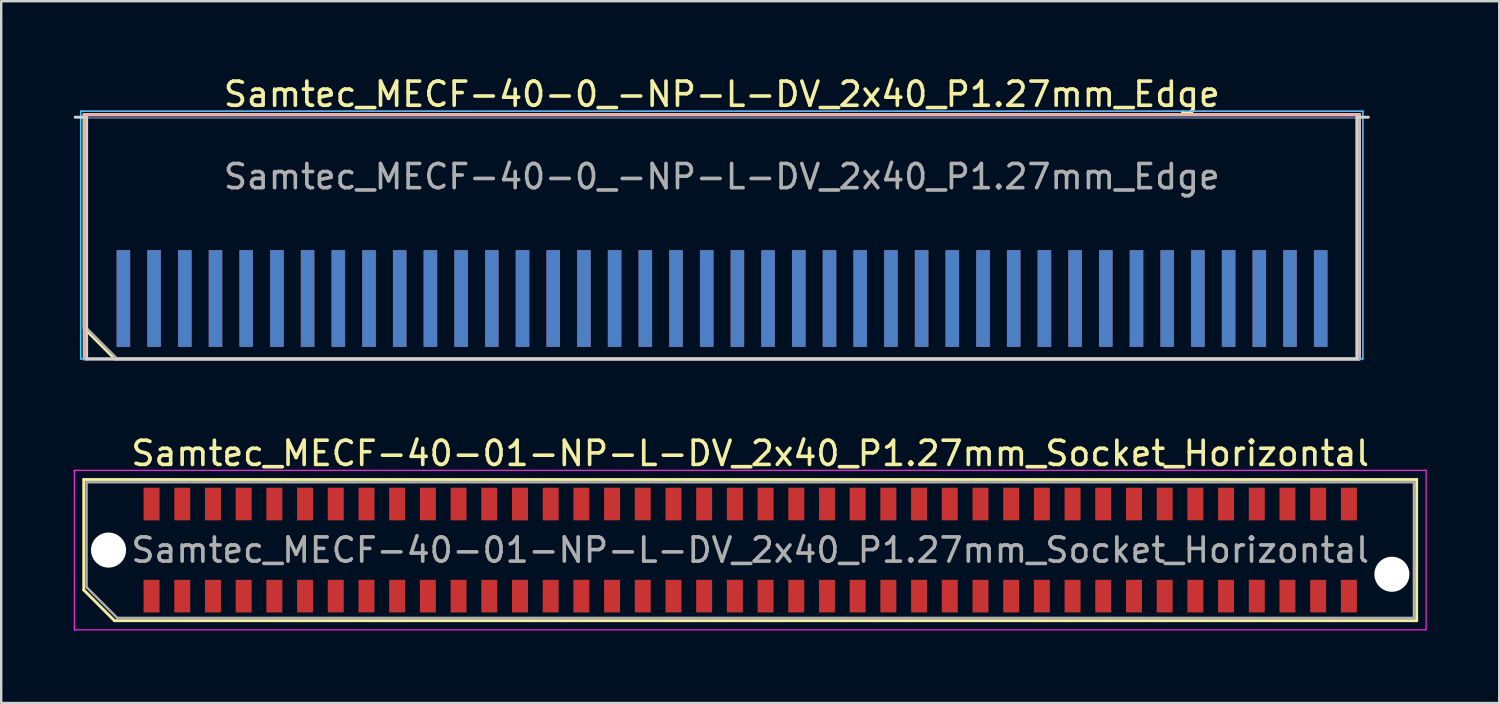
<source format=kicad_pcb>
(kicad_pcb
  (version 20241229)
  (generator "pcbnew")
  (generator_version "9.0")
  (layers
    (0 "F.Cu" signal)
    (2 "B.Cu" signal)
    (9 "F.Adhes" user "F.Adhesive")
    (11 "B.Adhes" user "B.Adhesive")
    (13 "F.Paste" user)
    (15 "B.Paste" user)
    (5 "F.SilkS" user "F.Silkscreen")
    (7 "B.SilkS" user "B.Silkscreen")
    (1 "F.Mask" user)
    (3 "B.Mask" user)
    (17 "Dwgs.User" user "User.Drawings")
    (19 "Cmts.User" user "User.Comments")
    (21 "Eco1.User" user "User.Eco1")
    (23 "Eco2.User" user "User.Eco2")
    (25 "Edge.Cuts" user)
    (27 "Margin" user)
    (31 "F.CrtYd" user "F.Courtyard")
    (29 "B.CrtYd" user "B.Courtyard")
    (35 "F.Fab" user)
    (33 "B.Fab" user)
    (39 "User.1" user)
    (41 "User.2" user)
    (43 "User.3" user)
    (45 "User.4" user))
  (footprint "Samtec_MECF-40-0_-NP-L-DV_2x40_P1.27mm_Edge"
    (layer "F.Cu")
    (at 26.81 6.798)
    (property "Reference" "Samtec_MECF-40-0_-NP-L-DV_2x40_P1.27mm_Edge" (at 0 -5.95 0) (layer "F.SilkS") (effects (font (size 1 1) (thickness 0.15))))
    (attr exclude_from_pos_files exclude_from_bom)
    (fp_line (start -26.38 -5.11) (end 26.38 -5.11) (stroke (width 0.12) (type solid)) (layer "F.SilkS"))
    (fp_line (start -26.38 3.73) (end -26.38 -5.11) (stroke (width 0.12) (type solid)) (layer "F.SilkS"))
    (fp_line (start -25.11 5) (end -26.38 3.73) (stroke (width 0.12) (type solid)) (layer "F.SilkS"))
    (fp_line (start -25.11 5) (end 26.38 5) (stroke (width 0.12) (type solid)) (layer "F.SilkS"))
    (fp_line (start 26.38 5) (end 26.38 -5.11) (stroke (width 0.12) (type solid)) (layer "F.SilkS"))
    (fp_line (start -26.38 -5.11) (end 26.38 -5.11) (stroke (width 0.12) (type solid)) (layer "B.SilkS"))
    (fp_line (start -26.38 5) (end -26.38 -5.11) (stroke (width 0.12) (type solid)) (layer "B.SilkS"))
    (fp_line (start -26.38 5) (end 26.38 5) (stroke (width 0.12) (type solid)) (layer "B.SilkS"))
    (fp_line (start 26.38 5) (end 26.38 -5.11) (stroke (width 0.12) (type solid)) (layer "B.SilkS"))
    (fp_line (start -26.75 -5) (end -26.275 -5) (stroke (width 0.12) (type solid)) (layer "Edge.Cuts"))
    (fp_line (start -26.275 5) (end -26.275 -5) (stroke (width 0.12) (type solid)) (layer "Edge.Cuts"))
    (fp_line (start -26.275 5) (end 26.275 5) (stroke (width 0.12) (type solid)) (layer "Edge.Cuts"))
    (fp_line (start 26.275 5) (end 26.275 -5) (stroke (width 0.12) (type solid)) (layer "Edge.Cuts"))
    (fp_line (start 26.75 -5) (end 26.275 -5) (stroke (width 0.12) (type solid)) (layer "Edge.Cuts"))
    (fp_line (start -26.52 -5.25) (end -26.52 5) (stroke (width 0.05) (type solid)) (layer "B.CrtYd"))
    (fp_line (start -26.52 5) (end 26.52 5) (stroke (width 0.05) (type solid)) (layer "B.CrtYd"))
    (fp_line (start 26.52 -5.25) (end -26.52 -5.25) (stroke (width 0.05) (type solid)) (layer "B.CrtYd"))
    (fp_line (start 26.52 5) (end 26.52 -5.25) (stroke (width 0.05) (type solid)) (layer "B.CrtYd"))
    (fp_line (start -26.52 -5.25) (end -26.52 5) (stroke (width 0.05) (type solid)) (layer "F.CrtYd"))
    (fp_line (start -26.52 5) (end 26.52 5) (stroke (width 0.05) (type solid)) (layer "F.CrtYd"))
    (fp_line (start 26.52 -5.25) (end -26.52 -5.25) (stroke (width 0.05) (type solid)) (layer "F.CrtYd"))
    (fp_line (start 26.52 5) (end 26.52 -5.25) (stroke (width 0.05) (type solid)) (layer "F.CrtYd"))
    (fp_line (start -26.275 -5) (end 26.275 -5) (stroke (width 0.1) (type solid)) (layer "B.Fab"))
    (fp_line (start -26.275 5) (end -26.275 -5) (stroke (width 0.1) (type solid)) (layer "B.Fab"))
    (fp_line (start -26.275 5) (end 26.275 5) (stroke (width 0.1) (type solid)) (layer "B.Fab"))
    (fp_line (start 26.275 5) (end 26.275 -5) (stroke (width 0.1) (type solid)) (layer "B.Fab"))
    (fp_line (start -26.275 -5) (end 26.275 -5) (stroke (width 0.1) (type solid)) (layer "F.Fab"))
    (fp_line (start -26.275 3.73) (end -26.275 -5) (stroke (width 0.1) (type solid)) (layer "F.Fab"))
    (fp_line (start -26.275 3.73) (end -25.005 5) (stroke (width 0.1) (type solid)) (layer "F.Fab"))
    (fp_line (start -25.005 5) (end 26.275 5) (stroke (width 0.1) (type solid)) (layer "F.Fab"))
    (fp_line (start 26.275 5) (end 26.275 -5) (stroke (width 0.1) (type solid)) (layer "F.Fab"))
    (fp_text user "${REFERENCE}" (at 0 -2.54 0) (layer "F.Fab") (effects (font (size 1 1) (thickness 0.15))))
    (pad "1" connect rect (at -24.755 2.5) (size 0.56 4) (layers "F.Cu" "F.Mask"))
    (pad "2" connect rect (at -24.755 2.5) (size 0.56 4) (layers "B.Cu" "B.Mask"))
    (pad "3" connect rect (at -23.485 2.5) (size 0.56 4) (layers "F.Cu" "F.Mask"))
    (pad "4" connect rect (at -23.485 2.5) (size 0.56 4) (layers "B.Cu" "B.Mask"))
    (pad "5" connect rect (at -22.215 2.5) (size 0.56 4) (layers "F.Cu" "F.Mask"))
    (pad "6" connect rect (at -22.215 2.5) (size 0.56 4) (layers "B.Cu" "B.Mask"))
    (pad "7" connect rect (at -20.945 2.5) (size 0.56 4) (layers "F.Cu" "F.Mask"))
    (pad "8" connect rect (at -20.945 2.5) (size 0.56 4) (layers "B.Cu" "B.Mask"))
    (pad "9" connect rect (at -19.675 2.5) (size 0.56 4) (layers "F.Cu" "F.Mask"))
    (pad "10" connect rect (at -19.675 2.5) (size 0.56 4) (layers "B.Cu" "B.Mask"))
    (pad "11" connect rect (at -18.405 2.5) (size 0.56 4) (layers "F.Cu" "F.Mask"))
    (pad "12" connect rect (at -18.405 2.5) (size 0.56 4) (layers "B.Cu" "B.Mask"))
    (pad "13" connect rect (at -17.135 2.5) (size 0.56 4) (layers "F.Cu" "F.Mask"))
    (pad "14" connect rect (at -17.135 2.5) (size 0.56 4) (layers "B.Cu" "B.Mask"))
    (pad "15" connect rect (at -15.865 2.5) (size 0.56 4) (layers "F.Cu" "F.Mask"))
    (pad "16" connect rect (at -15.865 2.5) (size 0.56 4) (layers "B.Cu" "B.Mask"))
    (pad "17" connect rect (at -14.595 2.5) (size 0.56 4) (layers "F.Cu" "F.Mask"))
    (pad "18" connect rect (at -14.595 2.5) (size 0.56 4) (layers "B.Cu" "B.Mask"))
    (pad "19" connect rect (at -13.325 2.5) (size 0.56 4) (layers "F.Cu" "F.Mask"))
    (pad "20" connect rect (at -13.325 2.5) (size 0.56 4) (layers "B.Cu" "B.Mask"))
    (pad "21" connect rect (at -12.055 2.5) (size 0.56 4) (layers "F.Cu" "F.Mask"))
    (pad "22" connect rect (at -12.055 2.5) (size 0.56 4) (layers "B.Cu" "B.Mask"))
    (pad "23" connect rect (at -10.785 2.5) (size 0.56 4) (layers "F.Cu" "F.Mask"))
    (pad "24" connect rect (at -10.785 2.5) (size 0.56 4) (layers "B.Cu" "B.Mask"))
    (pad "25" connect rect (at -9.515 2.5) (size 0.56 4) (layers "F.Cu" "F.Mask"))
    (pad "26" connect rect (at -9.515 2.5) (size 0.56 4) (layers "B.Cu" "B.Mask"))
    (pad "27" connect rect (at -8.245 2.5) (size 0.56 4) (layers "F.Cu" "F.Mask"))
    (pad "28" connect rect (at -8.245 2.5) (size 0.56 4) (layers "B.Cu" "B.Mask"))
    (pad "29" connect rect (at -6.975 2.5) (size 0.56 4) (layers "F.Cu" "F.Mask"))
    (pad "30" connect rect (at -6.975 2.5) (size 0.56 4) (layers "B.Cu" "B.Mask"))
    (pad "31" connect rect (at -5.705 2.5) (size 0.56 4) (layers "F.Cu" "F.Mask"))
    (pad "32" connect rect (at -5.705 2.5) (size 0.56 4) (layers "B.Cu" "B.Mask"))
    (pad "33" connect rect (at -4.435 2.5) (size 0.56 4) (layers "F.Cu" "F.Mask"))
    (pad "34" connect rect (at -4.435 2.5) (size 0.56 4) (layers "B.Cu" "B.Mask"))
    (pad "35" connect rect (at -3.165 2.5) (size 0.56 4) (layers "F.Cu" "F.Mask"))
    (pad "36" connect rect (at -3.165 2.5) (size 0.56 4) (layers "B.Cu" "B.Mask"))
    (pad "37" connect rect (at -1.895 2.5) (size 0.56 4) (layers "F.Cu" "F.Mask"))
    (pad "38" connect rect (at -1.895 2.5) (size 0.56 4) (layers "B.Cu" "B.Mask"))
    (pad "39" connect rect (at -0.625 2.5) (size 0.56 4) (layers "F.Cu" "F.Mask"))
    (pad "40" connect rect (at -0.625 2.5) (size 0.56 4) (layers "B.Cu" "B.Mask"))
    (pad "41" connect rect (at 0.645 2.5) (size 0.56 4) (layers "F.Cu" "F.Mask"))
    (pad "42" connect rect (at 0.645 2.5) (size 0.56 4) (layers "B.Cu" "B.Mask"))
    (pad "43" connect rect (at 1.915 2.5) (size 0.56 4) (layers "F.Cu" "F.Mask"))
    (pad "44" connect rect (at 1.915 2.5) (size 0.56 4) (layers "B.Cu" "B.Mask"))
    (pad "45" connect rect (at 3.185 2.5) (size 0.56 4) (layers "F.Cu" "F.Mask"))
    (pad "46" connect rect (at 3.185 2.5) (size 0.56 4) (layers "B.Cu" "B.Mask"))
    (pad "47" connect rect (at 4.455 2.5) (size 0.56 4) (layers "F.Cu" "F.Mask"))
    (pad "48" connect rect (at 4.455 2.5) (size 0.56 4) (layers "B.Cu" "B.Mask"))
    (pad "49" connect rect (at 5.725 2.5) (size 0.56 4) (layers "F.Cu" "F.Mask"))
    (pad "50" connect rect (at 5.725 2.5) (size 0.56 4) (layers "B.Cu" "B.Mask"))
    (pad "51" connect rect (at 6.995 2.5) (size 0.56 4) (layers "F.Cu" "F.Mask"))
    (pad "52" connect rect (at 6.995 2.5) (size 0.56 4) (layers "B.Cu" "B.Mask"))
    (pad "53" connect rect (at 8.265 2.5) (size 0.56 4) (layers "F.Cu" "F.Mask"))
    (pad "54" connect rect (at 8.265 2.5) (size 0.56 4) (layers "B.Cu" "B.Mask"))
    (pad "55" connect rect (at 9.535 2.5) (size 0.56 4) (layers "F.Cu" "F.Mask"))
    (pad "56" connect rect (at 9.535 2.5) (size 0.56 4) (layers "B.Cu" "B.Mask"))
    (pad "57" connect rect (at 10.805 2.5) (size 0.56 4) (layers "F.Cu" "F.Mask"))
    (pad "58" connect rect (at 10.805 2.5) (size 0.56 4) (layers "B.Cu" "B.Mask"))
    (pad "59" connect rect (at 12.075 2.5) (size 0.56 4) (layers "F.Cu" "F.Mask"))
    (pad "60" connect rect (at 12.075 2.5) (size 0.56 4) (layers "B.Cu" "B.Mask"))
    (pad "61" connect rect (at 13.345 2.5) (size 0.56 4) (layers "F.Cu" "F.Mask"))
    (pad "62" connect rect (at 13.345 2.5) (size 0.56 4) (layers "B.Cu" "B.Mask"))
    (pad "63" connect rect (at 14.615 2.5) (size 0.56 4) (layers "F.Cu" "F.Mask"))
    (pad "64" connect rect (at 14.615 2.5) (size 0.56 4) (layers "B.Cu" "B.Mask"))
    (pad "65" connect rect (at 15.885 2.5) (size 0.56 4) (layers "F.Cu" "F.Mask"))
    (pad "66" connect rect (at 15.885 2.5) (size 0.56 4) (layers "B.Cu" "B.Mask"))
    (pad "67" connect rect (at 17.155 2.5) (size 0.56 4) (layers "F.Cu" "F.Mask"))
    (pad "68" connect rect (at 17.155 2.5) (size 0.56 4) (layers "B.Cu" "B.Mask"))
    (pad "69" connect rect (at 18.425 2.5) (size 0.56 4) (layers "F.Cu" "F.Mask"))
    (pad "70" connect rect (at 18.425 2.5) (size 0.56 4) (layers "B.Cu" "B.Mask"))
    (pad "71" connect rect (at 19.695 2.5) (size 0.56 4) (layers "F.Cu" "F.Mask"))
    (pad "72" connect rect (at 19.695 2.5) (size 0.56 4) (layers "B.Cu" "B.Mask"))
    (pad "73" connect rect (at 20.965 2.5) (size 0.56 4) (layers "F.Cu" "F.Mask"))
    (pad "74" connect rect (at 20.965 2.5) (size 0.56 4) (layers "B.Cu" "B.Mask"))
    (pad "75" connect rect (at 22.235 2.5) (size 0.56 4) (layers "F.Cu" "F.Mask"))
    (pad "76" connect rect (at 22.235 2.5) (size 0.56 4) (layers "B.Cu" "B.Mask"))
    (pad "77" connect rect (at 23.505 2.5) (size 0.56 4) (layers "F.Cu" "F.Mask"))
    (pad "78" connect rect (at 23.505 2.5) (size 0.56 4) (layers "B.Cu" "B.Mask"))
    (pad "79" connect rect (at 24.775 2.5) (size 0.56 4) (layers "F.Cu" "F.Mask"))
    (pad "80" connect rect (at 24.775 2.5) (size 0.56 4) (layers "B.Cu" "B.Mask")))
  (footprint "Samtec_MECF-40-01-NP-L-DV_2x40_P1.27mm_Socket_Horizontal"
    (layer "F.Cu")
    (at 27.985 19.706)
    (property "Reference" "Samtec_MECF-40-01-NP-L-DV_2x40_P1.27mm_Socket_Horizontal" (at 0 -4 0) (layer "F.SilkS") (effects (font (size 1 1) (thickness 0.15))))
    (attr smd)
    (fp_line (start -27.57 -2.92) (end 27.57 -2.92) (stroke (width 0.12) (type solid)) (layer "F.SilkS"))
    (fp_line (start -27.57 1.65) (end -27.57 -2.92) (stroke (width 0.12) (type solid)) (layer "F.SilkS"))
    (fp_line (start -26.3 2.92) (end -27.57 1.65) (stroke (width 0.12) (type solid)) (layer "F.SilkS"))
    (fp_line (start -26.3 2.92) (end 27.57 2.92) (stroke (width 0.12) (type solid)) (layer "F.SilkS"))
    (fp_line (start 27.57 2.92) (end 27.57 -2.92) (stroke (width 0.12) (type solid)) (layer "F.SilkS"))
    (fp_line (start -27.96 -3.3) (end -27.96 3.3) (stroke (width 0.05) (type solid)) (layer "F.CrtYd"))
    (fp_line (start -27.96 3.3) (end 27.96 3.3) (stroke (width 0.05) (type solid)) (layer "F.CrtYd"))
    (fp_line (start 27.96 -3.3) (end -27.96 -3.3) (stroke (width 0.05) (type solid)) (layer "F.CrtYd"))
    (fp_line (start 27.96 3.3) (end 27.96 -3.3) (stroke (width 0.05) (type solid)) (layer "F.CrtYd"))
    (fp_line (start -27.455 -2.805) (end 27.455 -2.805) (stroke (width 0.1) (type solid)) (layer "F.Fab"))
    (fp_line (start -27.455 1.535) (end -27.455 -2.805) (stroke (width 0.1) (type solid)) (layer "F.Fab"))
    (fp_line (start -27.455 1.535) (end -26.185 2.805) (stroke (width 0.1) (type solid)) (layer "F.Fab"))
    (fp_line (start -26.185 2.805) (end 27.455 2.805) (stroke (width 0.1) (type solid)) (layer "F.Fab"))
    (fp_line (start 27.455 2.805) (end 27.455 -2.805) (stroke (width 0.1) (type solid)) (layer "F.Fab"))
    (fp_text user "${REFERENCE}" (at 0 0 0) (layer "F.Fab") (effects (font (size 1 1) (thickness 0.15))))
    (pad "" np_thru_hole circle (at -26.545 0) (size 1.45 1.45) (drill 1.45) (layers "*.Cu" "*.Mask"))
    (pad "" np_thru_hole circle (at 26.545 1) (size 1.45 1.45) (drill 1.45) (layers "*.Cu" "*.Mask"))
    (pad "1" smd rect (at -24.765 1.905) (size 0.66 1.35) (layers "F.Cu" "F.Mask" "F.Paste"))
    (pad "2" smd rect (at -24.765 -1.905) (size 0.66 1.35) (layers "F.Cu" "F.Mask" "F.Paste"))
    (pad "3" smd rect (at -23.495 1.905) (size 0.66 1.35) (layers "F.Cu" "F.Mask" "F.Paste"))
    (pad "4" smd rect (at -23.495 -1.905) (size 0.66 1.35) (layers "F.Cu" "F.Mask" "F.Paste"))
    (pad "5" smd rect (at -22.225 1.905) (size 0.66 1.35) (layers "F.Cu" "F.Mask" "F.Paste"))
    (pad "6" smd rect (at -22.225 -1.905) (size 0.66 1.35) (layers "F.Cu" "F.Mask" "F.Paste"))
    (pad "7" smd rect (at -20.955 1.905) (size 0.66 1.35) (layers "F.Cu" "F.Mask" "F.Paste"))
    (pad "8" smd rect (at -20.955 -1.905) (size 0.66 1.35) (layers "F.Cu" "F.Mask" "F.Paste"))
    (pad "9" smd rect (at -19.685 1.905) (size 0.66 1.35) (layers "F.Cu" "F.Mask" "F.Paste"))
    (pad "10" smd rect (at -19.685 -1.905) (size 0.66 1.35) (layers "F.Cu" "F.Mask" "F.Paste"))
    (pad "11" smd rect (at -18.415 1.905) (size 0.66 1.35) (layers "F.Cu" "F.Mask" "F.Paste"))
    (pad "12" smd rect (at -18.415 -1.905) (size 0.66 1.35) (layers "F.Cu" "F.Mask" "F.Paste"))
    (pad "13" smd rect (at -17.145 1.905) (size 0.66 1.35) (layers "F.Cu" "F.Mask" "F.Paste"))
    (pad "14" smd rect (at -17.145 -1.905) (size 0.66 1.35) (layers "F.Cu" "F.Mask" "F.Paste"))
    (pad "15" smd rect (at -15.875 1.905) (size 0.66 1.35) (layers "F.Cu" "F.Mask" "F.Paste"))
    (pad "16" smd rect (at -15.875 -1.905) (size 0.66 1.35) (layers "F.Cu" "F.Mask" "F.Paste"))
    (pad "17" smd rect (at -14.605 1.905) (size 0.66 1.35) (layers "F.Cu" "F.Mask" "F.Paste"))
    (pad "18" smd rect (at -14.605 -1.905) (size 0.66 1.35) (layers "F.Cu" "F.Mask" "F.Paste"))
    (pad "19" smd rect (at -13.335 1.905) (size 0.66 1.35) (layers "F.Cu" "F.Mask" "F.Paste"))
    (pad "20" smd rect (at -13.335 -1.905) (size 0.66 1.35) (layers "F.Cu" "F.Mask" "F.Paste"))
    (pad "21" smd rect (at -12.065 1.905) (size 0.66 1.35) (layers "F.Cu" "F.Mask" "F.Paste"))
    (pad "22" smd rect (at -12.065 -1.905) (size 0.66 1.35) (layers "F.Cu" "F.Mask" "F.Paste"))
    (pad "23" smd rect (at -10.795 1.905) (size 0.66 1.35) (layers "F.Cu" "F.Mask" "F.Paste"))
    (pad "24" smd rect (at -10.795 -1.905) (size 0.66 1.35) (layers "F.Cu" "F.Mask" "F.Paste"))
    (pad "25" smd rect (at -9.525 1.905) (size 0.66 1.35) (layers "F.Cu" "F.Mask" "F.Paste"))
    (pad "26" smd rect (at -9.525 -1.905) (size 0.66 1.35) (layers "F.Cu" "F.Mask" "F.Paste"))
    (pad "27" smd rect (at -8.255 1.905) (size 0.66 1.35) (layers "F.Cu" "F.Mask" "F.Paste"))
    (pad "28" smd rect (at -8.255 -1.905) (size 0.66 1.35) (layers "F.Cu" "F.Mask" "F.Paste"))
    (pad "29" smd rect (at -6.985 1.905) (size 0.66 1.35) (layers "F.Cu" "F.Mask" "F.Paste"))
    (pad "30" smd rect (at -6.985 -1.905) (size 0.66 1.35) (layers "F.Cu" "F.Mask" "F.Paste"))
    (pad "31" smd rect (at -5.715 1.905) (size 0.66 1.35) (layers "F.Cu" "F.Mask" "F.Paste"))
    (pad "32" smd rect (at -5.715 -1.905) (size 0.66 1.35) (layers "F.Cu" "F.Mask" "F.Paste"))
    (pad "33" smd rect (at -4.445 1.905) (size 0.66 1.35) (layers "F.Cu" "F.Mask" "F.Paste"))
    (pad "34" smd rect (at -4.445 -1.905) (size 0.66 1.35) (layers "F.Cu" "F.Mask" "F.Paste"))
    (pad "35" smd rect (at -3.175 1.905) (size 0.66 1.35) (layers "F.Cu" "F.Mask" "F.Paste"))
    (pad "36" smd rect (at -3.175 -1.905) (size 0.66 1.35) (layers "F.Cu" "F.Mask" "F.Paste"))
    (pad "37" smd rect (at -1.905 1.905) (size 0.66 1.35) (layers "F.Cu" "F.Mask" "F.Paste"))
    (pad "38" smd rect (at -1.905 -1.905) (size 0.66 1.35) (layers "F.Cu" "F.Mask" "F.Paste"))
    (pad "39" smd rect (at -0.635 1.905) (size 0.66 1.35) (layers "F.Cu" "F.Mask" "F.Paste"))
    (pad "40" smd rect (at -0.635 -1.905) (size 0.66 1.35) (layers "F.Cu" "F.Mask" "F.Paste"))
    (pad "41" smd rect (at 0.635 1.905) (size 0.66 1.35) (layers "F.Cu" "F.Mask" "F.Paste"))
    (pad "42" smd rect (at 0.635 -1.905) (size 0.66 1.35) (layers "F.Cu" "F.Mask" "F.Paste"))
    (pad "43" smd rect (at 1.905 1.905) (size 0.66 1.35) (layers "F.Cu" "F.Mask" "F.Paste"))
    (pad "44" smd rect (at 1.905 -1.905) (size 0.66 1.35) (layers "F.Cu" "F.Mask" "F.Paste"))
    (pad "45" smd rect (at 3.175 1.905) (size 0.66 1.35) (layers "F.Cu" "F.Mask" "F.Paste"))
    (pad "46" smd rect (at 3.175 -1.905) (size 0.66 1.35) (layers "F.Cu" "F.Mask" "F.Paste"))
    (pad "47" smd rect (at 4.445 1.905) (size 0.66 1.35) (layers "F.Cu" "F.Mask" "F.Paste"))
    (pad "48" smd rect (at 4.445 -1.905) (size 0.66 1.35) (layers "F.Cu" "F.Mask" "F.Paste"))
    (pad "49" smd rect (at 5.715 1.905) (size 0.66 1.35) (layers "F.Cu" "F.Mask" "F.Paste"))
    (pad "50" smd rect (at 5.715 -1.905) (size 0.66 1.35) (layers "F.Cu" "F.Mask" "F.Paste"))
    (pad "51" smd rect (at 6.985 1.905) (size 0.66 1.35) (layers "F.Cu" "F.Mask" "F.Paste"))
    (pad "52" smd rect (at 6.985 -1.905) (size 0.66 1.35) (layers "F.Cu" "F.Mask" "F.Paste"))
    (pad "53" smd rect (at 8.255 1.905) (size 0.66 1.35) (layers "F.Cu" "F.Mask" "F.Paste"))
    (pad "54" smd rect (at 8.255 -1.905) (size 0.66 1.35) (layers "F.Cu" "F.Mask" "F.Paste"))
    (pad "55" smd rect (at 9.525 1.905) (size 0.66 1.35) (layers "F.Cu" "F.Mask" "F.Paste"))
    (pad "56" smd rect (at 9.525 -1.905) (size 0.66 1.35) (layers "F.Cu" "F.Mask" "F.Paste"))
    (pad "57" smd rect (at 10.795 1.905) (size 0.66 1.35) (layers "F.Cu" "F.Mask" "F.Paste"))
    (pad "58" smd rect (at 10.795 -1.905) (size 0.66 1.35) (layers "F.Cu" "F.Mask" "F.Paste"))
    (pad "59" smd rect (at 12.065 1.905) (size 0.66 1.35) (layers "F.Cu" "F.Mask" "F.Paste"))
    (pad "60" smd rect (at 12.065 -1.905) (size 0.66 1.35) (layers "F.Cu" "F.Mask" "F.Paste"))
    (pad "61" smd rect (at 13.335 1.905) (size 0.66 1.35) (layers "F.Cu" "F.Mask" "F.Paste"))
    (pad "62" smd rect (at 13.335 -1.905) (size 0.66 1.35) (layers "F.Cu" "F.Mask" "F.Paste"))
    (pad "63" smd rect (at 14.605 1.905) (size 0.66 1.35) (layers "F.Cu" "F.Mask" "F.Paste"))
    (pad "64" smd rect (at 14.605 -1.905) (size 0.66 1.35) (layers "F.Cu" "F.Mask" "F.Paste"))
    (pad "65" smd rect (at 15.875 1.905) (size 0.66 1.35) (layers "F.Cu" "F.Mask" "F.Paste"))
    (pad "66" smd rect (at 15.875 -1.905) (size 0.66 1.35) (layers "F.Cu" "F.Mask" "F.Paste"))
    (pad "67" smd rect (at 17.145 1.905) (size 0.66 1.35) (layers "F.Cu" "F.Mask" "F.Paste"))
    (pad "68" smd rect (at 17.145 -1.905) (size 0.66 1.35) (layers "F.Cu" "F.Mask" "F.Paste"))
    (pad "69" smd rect (at 18.415 1.905) (size 0.66 1.35) (layers "F.Cu" "F.Mask" "F.Paste"))
    (pad "70" smd rect (at 18.415 -1.905) (size 0.66 1.35) (layers "F.Cu" "F.Mask" "F.Paste"))
    (pad "71" smd rect (at 19.685 1.905) (size 0.66 1.35) (layers "F.Cu" "F.Mask" "F.Paste"))
    (pad "72" smd rect (at 19.685 -1.905) (size 0.66 1.35) (layers "F.Cu" "F.Mask" "F.Paste"))
    (pad "73" smd rect (at 20.955 1.905) (size 0.66 1.35) (layers "F.Cu" "F.Mask" "F.Paste"))
    (pad "74" smd rect (at 20.955 -1.905) (size 0.66 1.35) (layers "F.Cu" "F.Mask" "F.Paste"))
    (pad "75" smd rect (at 22.225 1.905) (size 0.66 1.35) (layers "F.Cu" "F.Mask" "F.Paste"))
    (pad "76" smd rect (at 22.225 -1.905) (size 0.66 1.35) (layers "F.Cu" "F.Mask" "F.Paste"))
    (pad "77" smd rect (at 23.495 1.905) (size 0.66 1.35) (layers "F.Cu" "F.Mask" "F.Paste"))
    (pad "78" smd rect (at 23.495 -1.905) (size 0.66 1.35) (layers "F.Cu" "F.Mask" "F.Paste"))
    (pad "79" smd rect (at 24.765 1.905) (size 0.66 1.35) (layers "F.Cu" "F.Mask" "F.Paste"))
    (pad "80" smd rect (at 24.765 -1.905) (size 0.66 1.35) (layers "F.Cu" "F.Mask" "F.Paste")))
  (gr_rect
    (start -3 -3)
    (end 58.97 26.032)
    (stroke (width 0.1) (type default))
    (fill no)
    (layer "Edge.Cuts")))
</source>
